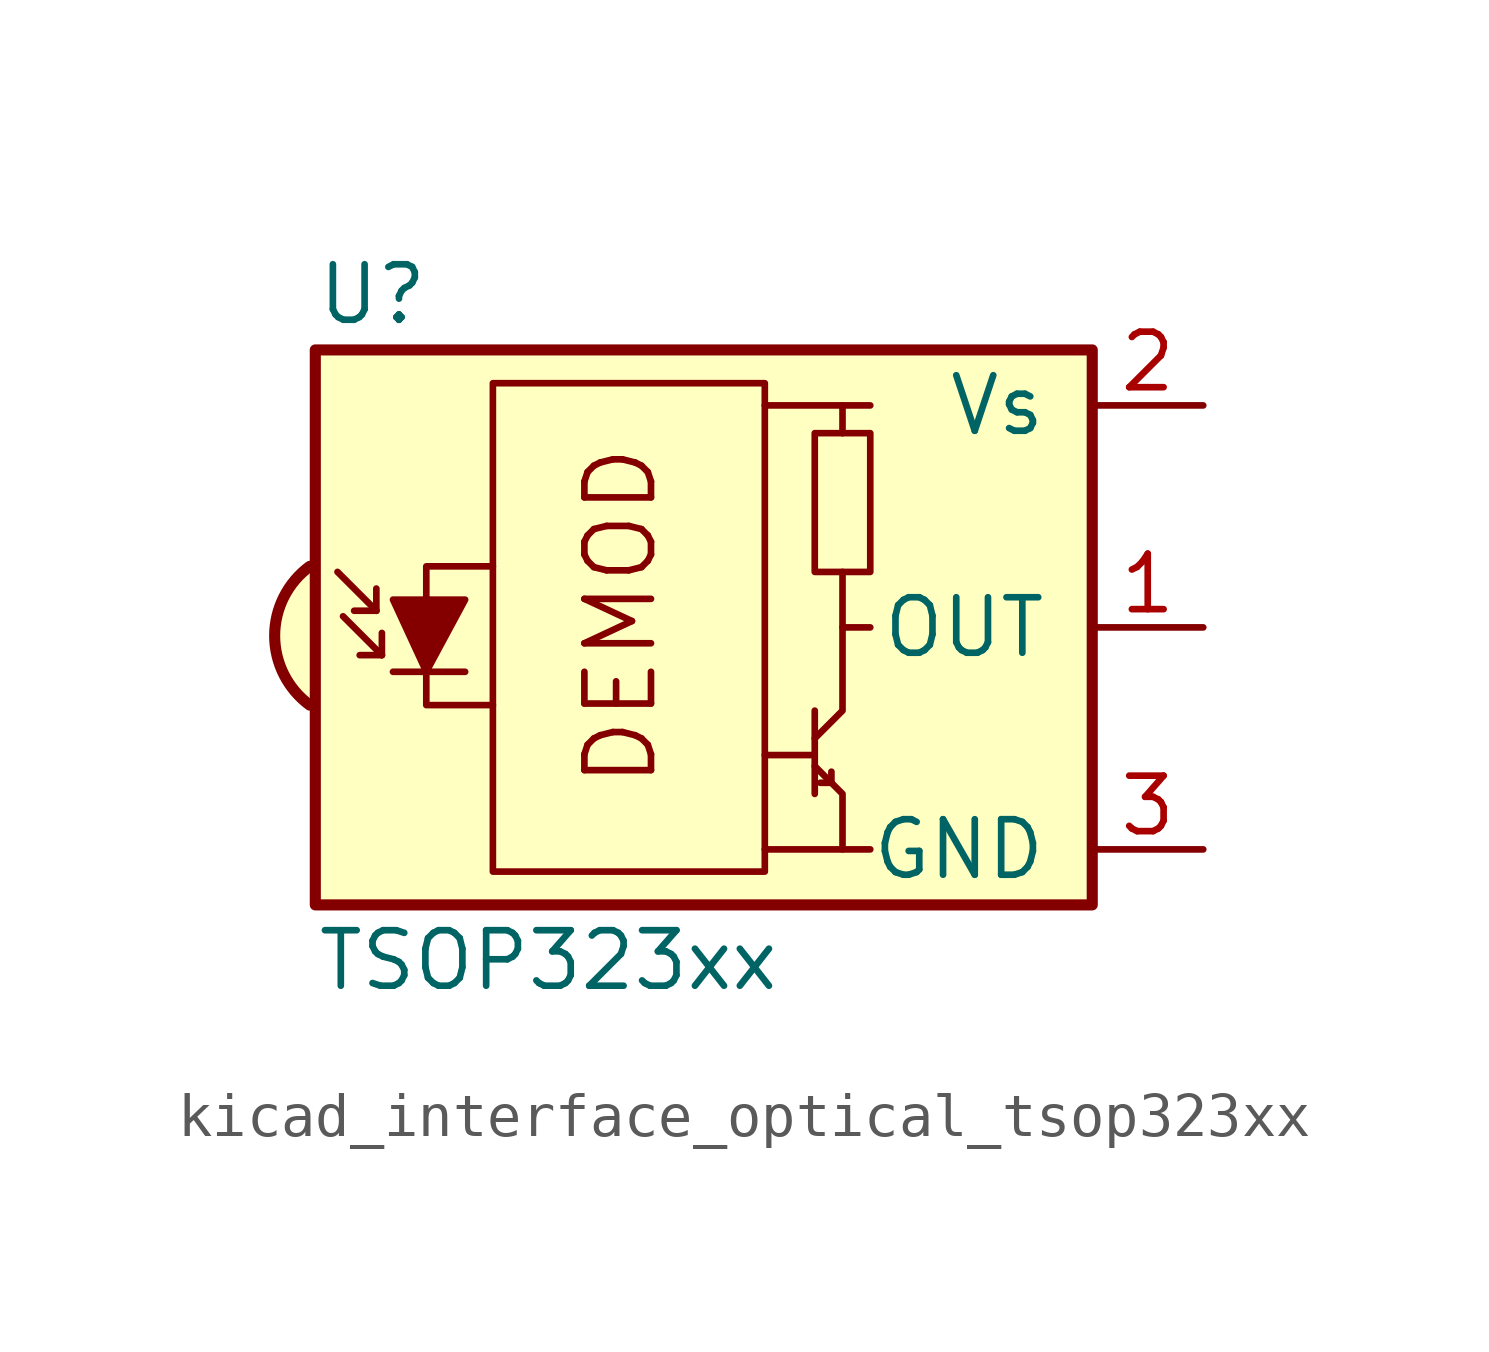
<source format=kicad_sym>
(kicad_symbol_lib
  (version 20220914)
  (generator kicad_symbol_editor)
  (symbol "kicad_interface_optical_tsop323xx"
    (pin_names
      (offset 1.016))
    (property "Reference" "U"
      (at -10.16 7.62 0)
      (effects (font (size 1.27 1.27)) (justify left)))
    (property "Value" "TSOP323xx"
      (at -10.16 -7.62 0)
      (effects (font (size 1.27 1.27)) (justify left)))
    (symbol "kicad_interface_optical_tsop323xx_0_0"
      (arc (start -10.287 1.397) (mid -11.0899 -0.1852) (end -10.287 -1.778) (stroke (width 0.254) (type default)) (fill (type background)))
      (polyline (pts (xy 1.905 -5.08) (xy 0.127 -5.08)) (stroke (width 0) (type default)) (fill (type none)))
      (polyline (pts (xy 1.905 5.08) (xy 0.127 5.08)) (stroke (width 0) (type default)) (fill (type none)))
      (text "DEMOD" (at -3.175 0.254 900) (effects (font (size 1.524 1.524)))))
    (symbol "kicad_interface_optical_tsop323xx_0_1"
      (rectangle (start -6.096 5.588) (end 0.127 -5.588) (stroke (width 0) (type default)) (fill (type none)))
      (polyline (pts (xy -8.763 0.381) (xy -9.652 1.27)) (stroke (width 0) (type default)) (fill (type none)))
      (polyline (pts (xy -8.763 0.381) (xy -9.271 0.381)) (stroke (width 0) (type default)) (fill (type none)))
      (polyline (pts (xy -8.763 0.381) (xy -8.763 0.889)) (stroke (width 0) (type default)) (fill (type none)))
      (polyline (pts (xy -8.636 -0.635) (xy -9.525 0.254)) (stroke (width 0) (type default)) (fill (type none)))
      (polyline (pts (xy -8.636 -0.635) (xy -9.144 -0.635)) (stroke (width 0) (type default)) (fill (type none)))
      (polyline (pts (xy -8.636 -0.635) (xy -8.636 -0.127)) (stroke (width 0) (type default)) (fill (type none)))
      (polyline (pts (xy -8.382 -1.016) (xy -6.731 -1.016)) (stroke (width 0) (type default)) (fill (type none)))
      (polyline (pts (xy 1.27 -2.921) (xy 0.127 -2.921)) (stroke (width 0) (type default)) (fill (type none)))
      (polyline (pts (xy 1.27 -1.905) (xy 1.27 -3.81)) (stroke (width 0) (type default)) (fill (type none)))
      (polyline (pts (xy 1.397 -3.556) (xy 1.524 -3.556)) (stroke (width 0) (type default)) (fill (type none)))
      (polyline (pts (xy 1.651 -3.556) (xy 1.524 -3.556)) (stroke (width 0) (type default)) (fill (type none)))
      (polyline (pts (xy 1.651 -3.556) (xy 1.651 -3.302)) (stroke (width 0) (type default)) (fill (type none)))
      (polyline (pts (xy 1.905 0) (xy 1.905 1.27)) (stroke (width 0) (type default)) (fill (type none)))
      (polyline (pts (xy 1.905 4.445) (xy 1.905 5.08) (xy 2.54 5.08)) (stroke (width 0) (type default)) (fill (type none)))
      (polyline (pts (xy -8.382 0.635) (xy -6.731 0.635) (xy -7.62 -1.016) (xy -8.382 0.635)) (stroke (width 0) (type default)) (fill (type outline)))
      (polyline (pts (xy -6.096 1.397) (xy -7.62 1.397) (xy -7.62 -1.778) (xy -6.096 -1.778)) (stroke (width 0) (type default)) (fill (type none)))
      (polyline (pts (xy 1.27 -3.175) (xy 1.905 -3.81) (xy 1.905 -5.08) (xy 2.54 -5.08)) (stroke (width 0) (type default)) (fill (type none)))
      (polyline (pts (xy 1.27 -2.54) (xy 1.905 -1.905) (xy 1.905 0) (xy 2.54 0)) (stroke (width 0) (type default)) (fill (type none)))
      (rectangle (start 2.54 1.27) (end 1.27 4.445) (stroke (width 0) (type default)) (fill (type none)))
      (rectangle (start 7.62 6.35) (end -10.16 -6.35) (stroke (width 0.254) (type default)) (fill (type background))))
    (symbol "kicad_interface_optical_tsop323xx_1_1"
      (pin output line (at 10.16 0 180) (length 2.54) (name "OUT" (effects (font (size 1.27 1.27)))) (number "1" (effects (font (size 1.27 1.27)))))
      (pin power_in line (at 10.16 5.08 180) (length 2.54) (name "Vs" (effects (font (size 1.27 1.27)))) (number "2" (effects (font (size 1.27 1.27)))))
      (pin power_in line (at 10.16 -5.08 180) (length 2.54) (name "GND" (effects (font (size 1.27 1.27)))) (number "3" (effects (font (size 1.27 1.27))))))))
</source>
